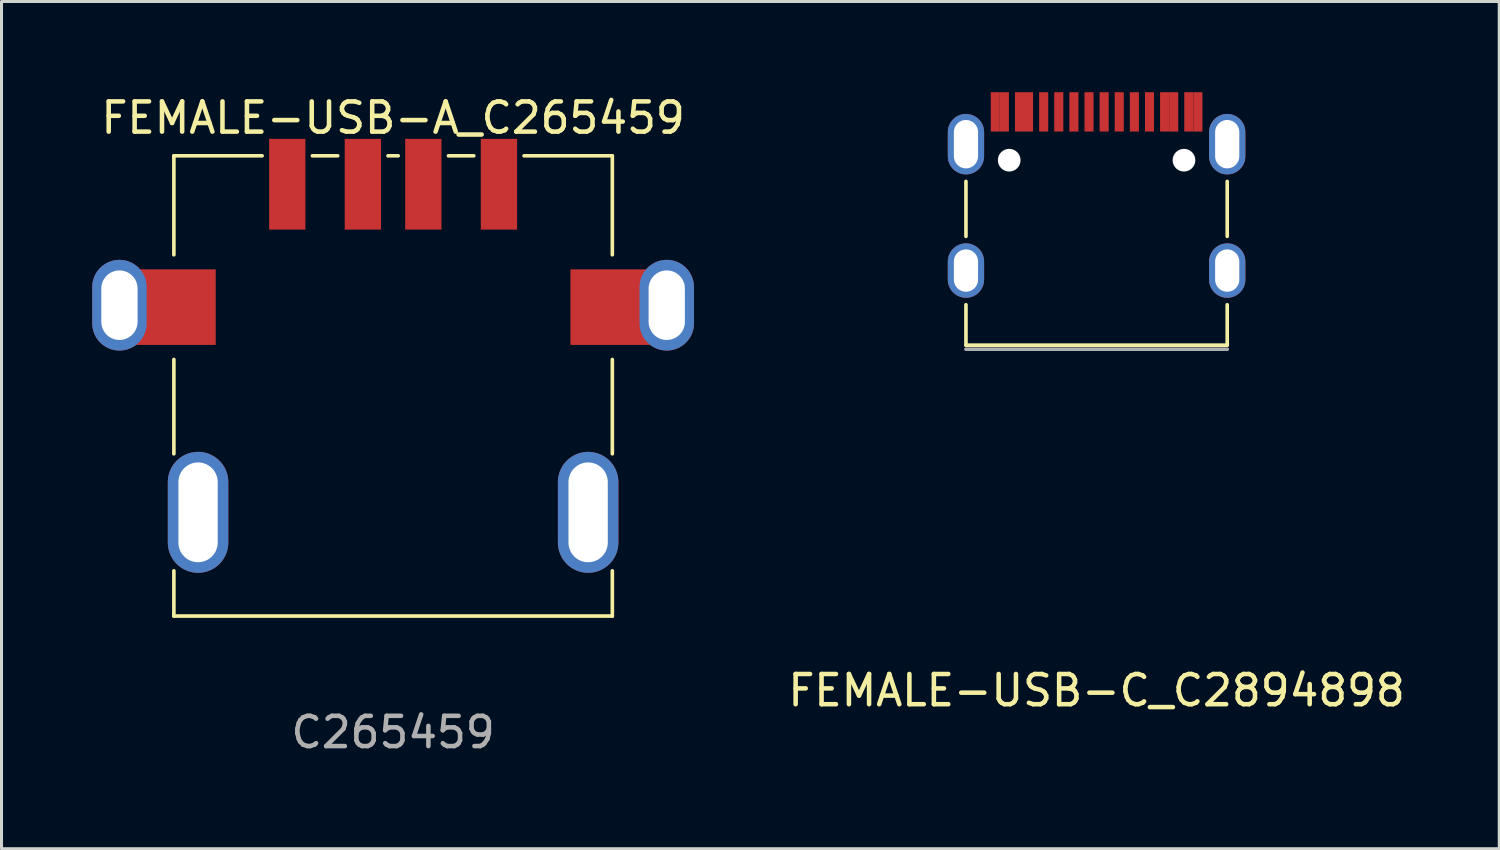
<source format=kicad_pcb>
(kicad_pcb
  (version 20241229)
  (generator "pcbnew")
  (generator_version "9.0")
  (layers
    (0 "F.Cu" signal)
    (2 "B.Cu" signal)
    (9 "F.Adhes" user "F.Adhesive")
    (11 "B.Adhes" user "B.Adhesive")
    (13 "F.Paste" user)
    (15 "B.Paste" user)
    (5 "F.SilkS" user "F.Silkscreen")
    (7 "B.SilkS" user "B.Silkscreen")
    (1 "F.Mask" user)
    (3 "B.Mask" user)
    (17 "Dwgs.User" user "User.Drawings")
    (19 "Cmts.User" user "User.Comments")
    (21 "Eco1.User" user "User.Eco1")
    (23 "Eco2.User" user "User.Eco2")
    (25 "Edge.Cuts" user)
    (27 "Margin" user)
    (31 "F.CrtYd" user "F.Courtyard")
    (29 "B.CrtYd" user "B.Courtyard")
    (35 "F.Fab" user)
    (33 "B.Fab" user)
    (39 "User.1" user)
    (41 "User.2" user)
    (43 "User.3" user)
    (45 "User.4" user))
  (footprint "FEMALE-USB-C_C2894898"
    (layer "F.Cu")
    (at 33.215 3.274)
    (property "Reference" "FEMALE-USB-C_C2894898" (at 0 16.51 0) (layer "F.SilkS") (effects (font (size 1 1) (thickness 0.15))))
    (attr through_hole)
    (fp_line (start -4.32 1.493) (end -4.32 -0.325) (stroke (width 0.12) (type solid)) (layer "F.SilkS"))
    (fp_line (start -4.32 5.091) (end -4.32 3.755) (stroke (width 0.12) (type solid)) (layer "F.SilkS"))
    (fp_line (start -4.32 5.091) (end 4.32 5.091) (stroke (width 0.12) (type solid)) (layer "F.SilkS"))
    (fp_line (start 4.32 1.493) (end 4.32 -0.325) (stroke (width 0.12) (type solid)) (layer "F.SilkS"))
    (fp_line (start 4.32 5.091) (end 4.32 3.755) (stroke (width 0.12) (type solid)) (layer "F.SilkS"))
    (fp_line (start 4.32 5.224) (end -4.32 5.224) (stroke (width 0.12) (type solid)) (layer "F.Fab"))
    (pad "" np_thru_hole circle (at -2.89 -1.026) (size 0.75 0.75) (drill 0.75) (layers "*.Cu" "*.Mask"))
    (pad "" np_thru_hole circle (at 2.89 -1.026) (size 0.75 0.75) (drill 0.75) (layers "*.Cu" "*.Mask"))
    (pad "A1" smd rect (at -3.35 -2.624) (size 0.3 1.3) (layers "F.Cu" "F.Mask" "F.Paste"))
    (pad "A4" smd rect (at -2.55 -2.624) (size 0.3 1.3) (layers "F.Cu" "F.Mask" "F.Paste"))
    (pad "A5" smd rect (at -1.25 -2.624) (size 0.3 1.3) (layers "F.Cu" "F.Mask" "F.Paste"))
    (pad "A6" smd rect (at -0.25 -2.624) (size 0.3 1.3) (layers "F.Cu" "F.Mask" "F.Paste"))
    (pad "A6" smd rect (at 0.75 -2.624) (size 0.3 1.3) (layers "F.Cu" "F.Mask" "F.Paste"))
    (pad "A7" smd rect (at -0.75 -2.624) (size 0.3 1.3) (layers "F.Cu" "F.Mask" "F.Paste"))
    (pad "A7" smd rect (at 0.25 -2.624) (size 0.3 1.3) (layers "F.Cu" "F.Mask" "F.Paste"))
    (pad "A8" smd rect (at 1.25 -2.624) (size 0.3 1.3) (layers "F.Cu" "F.Mask" "F.Paste"))
    (pad "A9" smd rect (at 2.55 -2.624) (size 0.3 1.3) (layers "F.Cu" "F.Mask" "F.Paste"))
    (pad "A12" smd rect (at 3.35 -2.624) (size 0.3 1.3) (layers "F.Cu" "F.Mask" "F.Paste"))
    (pad "B1" smd rect (at 3.05 -2.624) (size 0.3 1.3) (layers "F.Cu" "F.Mask" "F.Paste"))
    (pad "B4" smd rect (at 2.25 -2.624) (size 0.3 1.3) (layers "F.Cu" "F.Mask" "F.Paste"))
    (pad "B5" smd rect (at 1.75 -2.624) (size 0.3 1.3) (layers "F.Cu" "F.Mask" "F.Paste"))
    (pad "B8" smd rect (at -1.75 -2.624) (size 0.3 1.3) (layers "F.Cu" "F.Mask" "F.Paste"))
    (pad "B9" smd rect (at -2.25 -2.624) (size 0.3 1.3) (layers "F.Cu" "F.Mask" "F.Paste"))
    (pad "B12" smd rect (at -3.05 -2.624) (size 0.3 1.3) (layers "F.Cu" "F.Mask" "F.Paste"))
    (pad "S1" thru_hole oval (at -4.32 -1.556) (size 1.2 2) (drill oval 0.8 1.6) (layers "*.Cu" "*.Mask"))
    (pad "S1" thru_hole oval (at -4.32 2.624) (size 1.2 1.8) (drill oval 0.8 1.4) (layers "*.Cu" "*.Mask"))
    (pad "S1" thru_hole oval (at 4.32 -1.556) (size 1.2 2) (drill oval 0.8 1.6) (layers "*.Cu" "*.Mask"))
    (pad "S1" thru_hole oval (at 4.32 2.624) (size 1.2 1.8) (drill oval 0.8 1.4) (layers "*.Cu" "*.Mask")))
  (footprint "FEMALE-USB-A_C265459"
    (layer "F.Cu")
    (at 9.95 8.468)
    (property "Reference" "FEMALE-USB-A_C265459" (at 0 -7.62 0) (layer "F.SilkS") (effects (font (size 1 1) (thickness 0.15))))
    (attr through_hole)
    (fp_line (start -7.25 -6.365) (end -4.331 -6.365) (stroke (width 0.12) (type solid)) (layer "F.SilkS"))
    (fp_line (start -7.25 -3.092) (end -7.25 -6.365) (stroke (width 0.12) (type solid)) (layer "F.SilkS"))
    (fp_line (start -7.25 3.49) (end -7.25 0.37) (stroke (width 0.12) (type solid)) (layer "F.SilkS"))
    (fp_line (start -7.25 8.855) (end -7.25 7.36) (stroke (width 0.12) (type solid)) (layer "F.SilkS"))
    (fp_line (start -2.669 -6.365) (end -1.831 -6.365) (stroke (width 0.12) (type solid)) (layer "F.SilkS"))
    (fp_line (start -0.169 -6.365) (end 0.169 -6.365) (stroke (width 0.12) (type solid)) (layer "F.SilkS"))
    (fp_line (start 1.831 -6.365) (end 2.669 -6.365) (stroke (width 0.12) (type solid)) (layer "F.SilkS"))
    (fp_line (start 4.331 -6.365) (end 7.25 -6.365) (stroke (width 0.12) (type solid)) (layer "F.SilkS"))
    (fp_line (start 7.25 -6.365) (end 7.25 -3.092) (stroke (width 0.12) (type solid)) (layer "F.SilkS"))
    (fp_line (start 7.25 3.49) (end 7.25 0.37) (stroke (width 0.12) (type solid)) (layer "F.SilkS"))
    (fp_line (start 7.25 7.36) (end 7.25 8.855) (stroke (width 0.12) (type solid)) (layer "F.SilkS"))
    (fp_line (start 7.25 8.855) (end -7.25 8.855) (stroke (width 0.12) (type solid)) (layer "F.SilkS"))
    (fp_text user "C265459" (at 0 12.7 0) (layer "F.Fab") (effects (font (size 1 1) (thickness 0.15))))
    (pad "1" smd rect (at -3.5 -5.425) (size 1.2 3) (layers "F.Cu" "F.Mask" "F.Paste"))
    (pad "2" smd rect (at -1 -5.425) (size 1.2 3) (layers "F.Cu" "F.Mask" "F.Paste"))
    (pad "3" smd rect (at 1 -5.425) (size 1.2 3) (layers "F.Cu" "F.Mask" "F.Paste"))
    (pad "4" smd rect (at 3.5 -5.425) (size 1.2 3) (layers "F.Cu" "F.Mask" "F.Paste"))
    (pad "5" thru_hole oval (at -9.05 -1.425) (size 1.8 3) (drill oval 1.2 2.3) (layers "*.Cu" "*.Mask"))
    (pad "5" smd rect (at -7.366 -1.361) (size 3 2.5) (layers "F.Cu" "F.Mask" "F.Paste"))
    (pad "5" thru_hole oval (at -6.45 5.425) (size 2 4) (drill oval 1.3 3.3) (layers "*.Cu" "*.Mask"))
    (pad "5" thru_hole oval (at 6.45 5.425) (size 2 4) (drill oval 1.3 3.3) (layers "*.Cu" "*.Mask"))
    (pad "5" smd rect (at 7.366 -1.361) (size 3 2.5) (layers "F.Cu" "F.Mask" "F.Paste"))
    (pad "5" thru_hole oval (at 9.05 -1.425) (size 1.8 3) (drill oval 1.2 2.3) (layers "*.Cu" "*.Mask")))
  (gr_rect
    (start -3 -3)
    (end 46.531 25.017)
    (stroke (width 0.1) (type default))
    (fill no)
    (layer "Edge.Cuts")))
</source>
